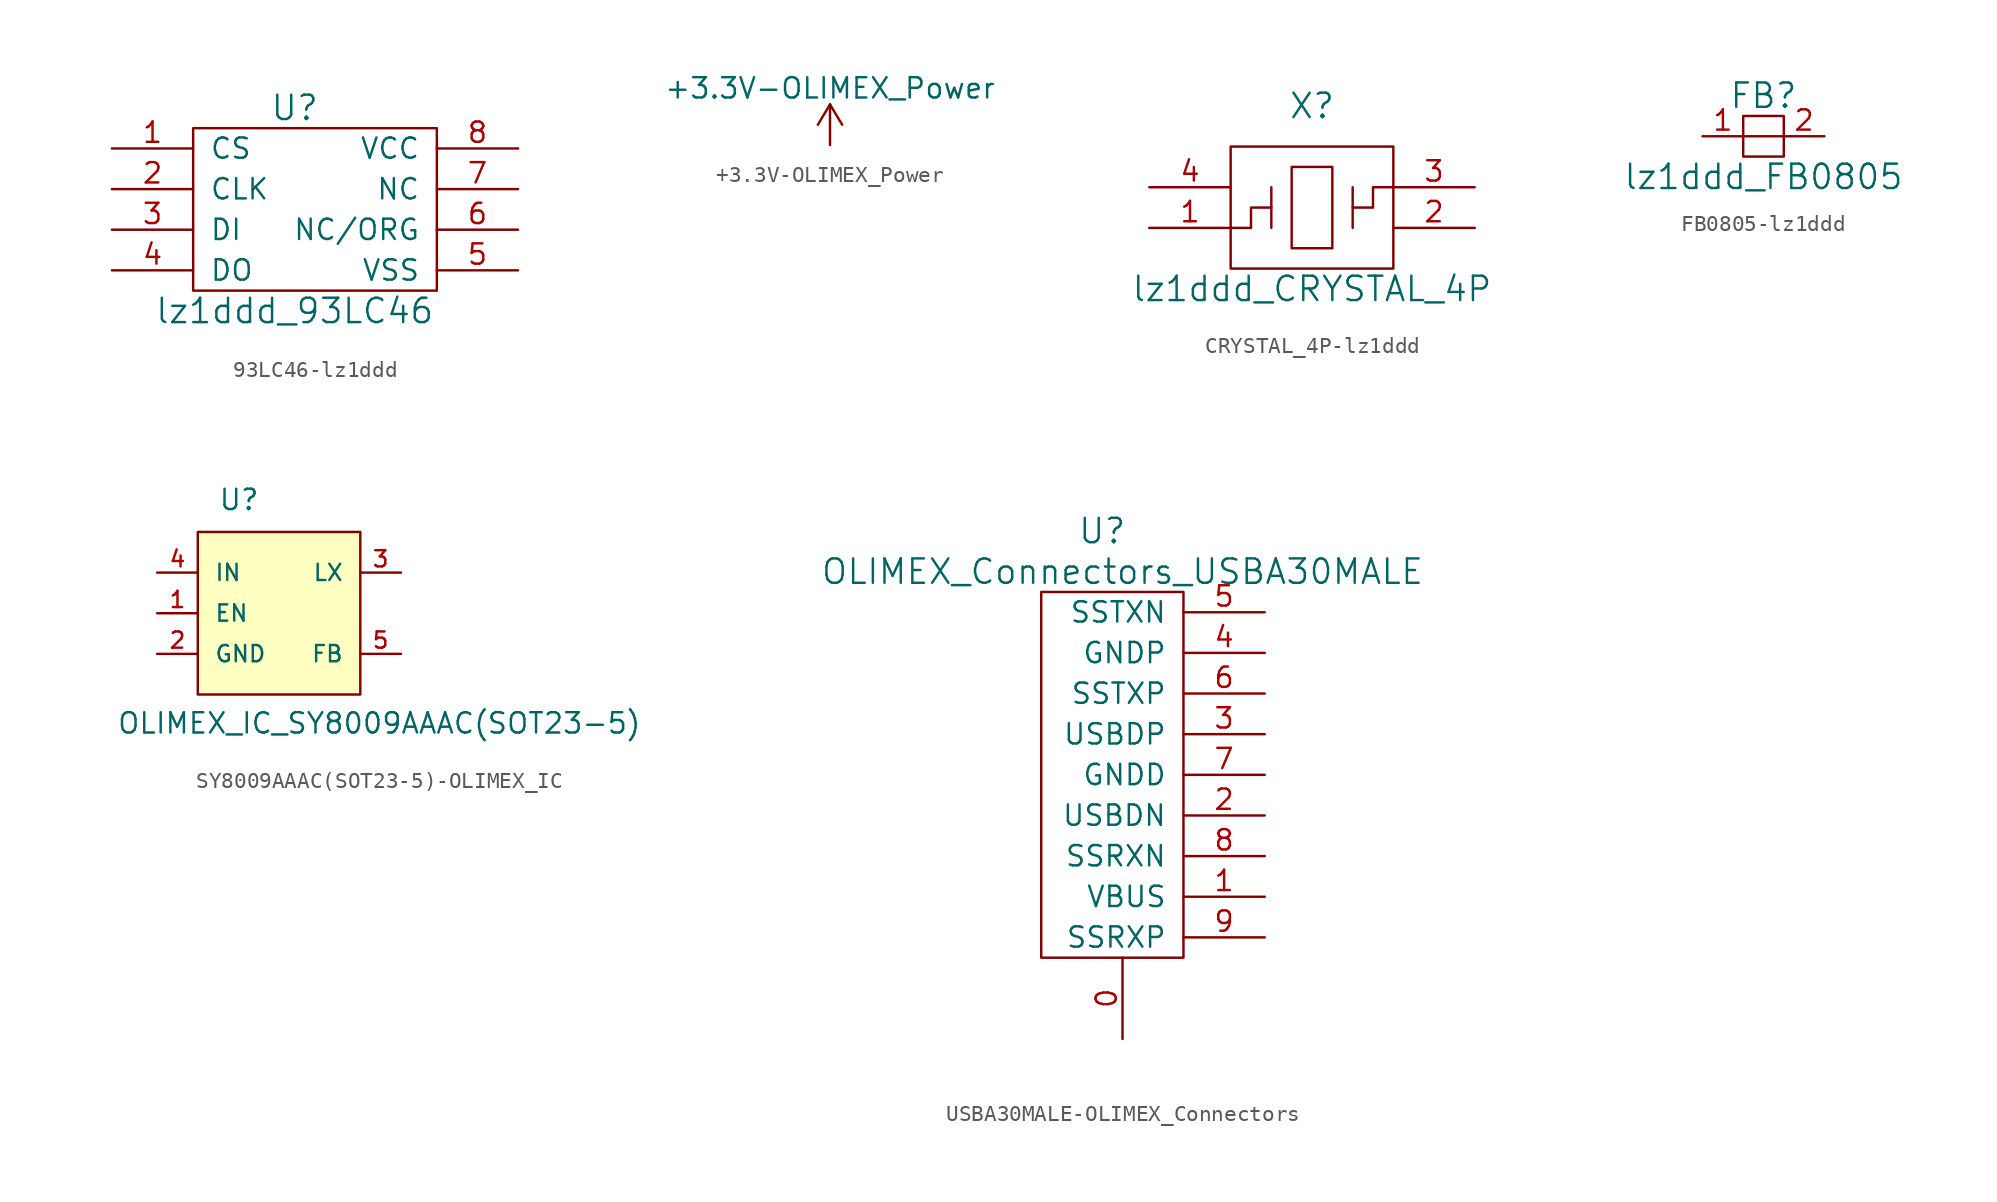
<source format=kicad_sym>
(kicad_symbol_lib
  (version 20220914)
  (generator kicad_symbol_editor)
  (symbol "93LC46-lz1ddd"
    (pin_names
      (offset 1.016))
    (property "Reference" "U"
      (at -1.27 6.35 0)
      (effects (font (size 1.524 1.524))))
    (property "Value" "lz1ddd_93LC46"
      (at -1.27 -6.35 0)
      (effects (font (size 1.524 1.524))))
    (symbol "93LC46-lz1ddd_0_1"
      (rectangle (start -7.62 5.08) (end 7.62 -5.08) (stroke (width 0) (type solid)) (fill (type none))))
    (symbol "93LC46-lz1ddd_1_1"
      (pin input line (at -12.7 3.81 0) (length 5.08) (name "CS" (effects (font (size 1.27 1.27)))) (number "1" (effects (font (size 1.27 1.27)))))
      (pin input line (at -12.7 1.27 0) (length 5.08) (name "CLK" (effects (font (size 1.27 1.27)))) (number "2" (effects (font (size 1.27 1.27)))))
      (pin input line (at -12.7 -1.27 0) (length 5.08) (name "DI" (effects (font (size 1.27 1.27)))) (number "3" (effects (font (size 1.27 1.27)))))
      (pin output line (at -12.7 -3.81 0) (length 5.08) (name "DO" (effects (font (size 1.27 1.27)))) (number "4" (effects (font (size 1.27 1.27)))))
      (pin power_in line (at 12.7 -3.81 180) (length 5.08) (name "VSS" (effects (font (size 1.27 1.27)))) (number "5" (effects (font (size 1.27 1.27)))))
      (pin input line (at 12.7 -1.27 180) (length 5.08) (name "NC/ORG" (effects (font (size 1.27 1.27)))) (number "6" (effects (font (size 1.27 1.27)))))
      (pin input line (at 12.7 1.27 180) (length 5.08) (name "NC" (effects (font (size 1.27 1.27)))) (number "7" (effects (font (size 1.27 1.27)))))
      (pin power_in line (at 12.7 3.81 180) (length 5.08) (name "VCC" (effects (font (size 1.27 1.27)))) (number "8" (effects (font (size 1.27 1.27)))))))
  (symbol "+3.3V-OLIMEX_Power"
    (power)
    (pin_names
      (offset 0))
    (property "Reference" "#PWR"
      (at 0 -3.81 0)
      (effects (font (size 1.27 1.27)) hide))
    (property "Value" "+3.3V-OLIMEX_Power"
      (at 0 3.556 0)
      (effects (font (size 1.27 1.27))))
    (property "Footprint" ""
      (at 0 0 0)
      (effects (font (size 1.524 1.524))))
    (property "Datasheet" ""
      (at 0 0 0)
      (effects (font (size 1.524 1.524))))
    (symbol "+3.3V-OLIMEX_Power_0_1"
      (polyline (pts (xy -0.762 1.27) (xy 0 2.54)) (stroke (width 0) (type solid)) (fill (type none)))
      (polyline (pts (xy 0 0) (xy 0 2.54)) (stroke (width 0) (type solid)) (fill (type none)))
      (polyline (pts (xy 0 2.54) (xy 0.762 1.27)) (stroke (width 0) (type solid)) (fill (type none))))
    (symbol "+3.3V-OLIMEX_Power_1_1"
      (pin power_in line (at 0 0 90) (length 0) hide (name "+3V3" (effects (font (size 1.27 1.27)))) (number "1" (effects (font (size 1.27 1.27)))))))
  (symbol "CRYSTAL_4P-lz1ddd"
    (pin_names
      (offset 1.016))
    (property "Reference" "X"
      (at 0 6.35 0)
      (effects (font (size 1.524 1.524))))
    (property "Value" "lz1ddd_CRYSTAL_4P"
      (at 0 -5.08 0)
      (effects (font (size 1.524 1.524))))
    (symbol "CRYSTAL_4P-lz1ddd_0_1"
      (rectangle (start -5.08 3.81) (end 5.08 -3.81) (stroke (width 0) (type solid)) (fill (type none)))
      (rectangle (start -1.27 2.54) (end 1.27 -2.54) (stroke (width 0) (type solid)) (fill (type none)))
      (polyline (pts (xy -2.54 1.27) (xy -2.54 -1.27)) (stroke (width 0) (type solid)) (fill (type none)))
      (polyline (pts (xy 2.54 1.27) (xy 2.54 -1.27)) (stroke (width 0) (type solid)) (fill (type none)))
      (polyline (pts (xy -2.54 0) (xy -3.81 0) (xy -3.81 -1.27) (xy -5.08 -1.27)) (stroke (width 0) (type solid)) (fill (type none)))
      (polyline (pts (xy 2.54 0) (xy 3.81 0) (xy 3.81 1.27) (xy 5.08 1.27)) (stroke (width 0) (type solid)) (fill (type none))))
    (symbol "CRYSTAL_4P-lz1ddd_1_1"
      (pin input line (at -10.16 -1.27 0) (length 5.08) (name "~" (effects (font (size 1.27 1.27)))) (number "1" (effects (font (size 1.27 1.27)))))
      (pin passive line (at 10.16 -1.27 180) (length 5.08) (name "~" (effects (font (size 1.27 1.27)))) (number "2" (effects (font (size 1.27 1.27)))))
      (pin bidirectional line (at 10.16 1.27 180) (length 5.08) (name "~" (effects (font (size 1.27 1.27)))) (number "3" (effects (font (size 1.27 1.27)))))
      (pin passive line (at -10.16 1.27 0) (length 5.08) (name "~" (effects (font (size 1.27 1.27)))) (number "4" (effects (font (size 1.27 1.27)))))))
  (symbol "FB0805-lz1ddd"
    (pin_names
      (offset 1.016))
    (property "Reference" "FB"
      (at 0 2.54 0)
      (effects (font (size 1.524 1.524))))
    (property "Value" "lz1ddd_FB0805"
      (at 0 -2.54 0)
      (effects (font (size 1.524 1.524))))
    (property "Footprint" ""
      (at 0 0 0)
      (effects (font (size 1.524 1.524))))
    (property "Datasheet" ""
      (at 0 0 0)
      (effects (font (size 1.524 1.524))))
    (symbol "FB0805-lz1ddd_0_1"
      (rectangle (start -1.27 1.27) (end 1.27 -1.27) (stroke (width 0) (type solid)) (fill (type none)))
      (polyline (pts (xy -1.27 0) (xy 1.27 0)) (stroke (width 0) (type solid)) (fill (type none))))
    (symbol "FB0805-lz1ddd_1_1"
      (pin power_in line (at -3.81 0 0) (length 2.54) (name "~" (effects (font (size 1.27 1.27)))) (number "1" (effects (font (size 1.27 1.27)))))
      (pin power_out line (at 3.81 0 180) (length 2.54) (name "~" (effects (font (size 1.27 1.27)))) (number "2" (effects (font (size 1.27 1.27)))))))
  (symbol "SY8009AAAC(SOT23-5)-OLIMEX_IC"
    (pin_names
      (offset 1.016))
    (property "Reference" "U"
      (at -3.81 6.35 0)
      (effects (font (size 1.27 1.27)) (justify left bottom)))
    (property "Value" "OLIMEX_IC_SY8009AAAC(SOT23-5)"
      (at -10.16 -7.62 0)
      (effects (font (size 1.27 1.27)) (justify left bottom)))
    (property "Datasheet" ""
      (at 0 0 0)
      (effects (font (size 1.524 1.524))))
    (property "ki_locked" ""
      (at 0 0 0)
      (effects (font (size 1.27 1.27))))
    (symbol "SY8009AAAC(SOT23-5)-OLIMEX_IC_0_1"
      (rectangle (start -5.08 5.08) (end 5.08 -5.08) (stroke (width 0) (type solid)) (fill (type background))))
    (symbol "SY8009AAAC(SOT23-5)-OLIMEX_IC_1_1"
      (pin input line (at -7.62 0 0) (length 2.54) (name "EN" (effects (font (size 1.016 1.016)))) (number "1" (effects (font (size 1.016 1.016)))))
      (pin power_in line (at -7.62 -2.54 0) (length 2.54) (name "GND" (effects (font (size 1.016 1.016)))) (number "2" (effects (font (size 1.016 1.016)))))
      (pin output line (at 7.62 2.54 180) (length 2.54) (name "LX" (effects (font (size 1.016 1.016)))) (number "3" (effects (font (size 1.016 1.016)))))
      (pin input line (at -7.62 2.54 0) (length 2.54) (name "IN" (effects (font (size 1.016 1.016)))) (number "4" (effects (font (size 1.016 1.016)))))
      (pin input line (at 7.62 -2.54 180) (length 2.54) (name "FB" (effects (font (size 1.016 1.016)))) (number "5" (effects (font (size 1.016 1.016)))))))
  (symbol "USBA30MALE-OLIMEX_Connectors"
    (pin_names
      (offset 1.016))
    (property "Reference" "U"
      (at -1.27 17.78 0)
      (effects (font (size 1.524 1.524))))
    (property "Value" "OLIMEX_Connectors_USBA30MALE"
      (at 0 15.24 0)
      (effects (font (size 1.524 1.524))))
    (symbol "USBA30MALE-OLIMEX_Connectors_0_1"
      (rectangle (start 3.81 13.97) (end -5.08 -8.89) (stroke (width 0) (type solid)) (fill (type none))))
    (symbol "USBA30MALE-OLIMEX_Connectors_1_1"
      (pin bidirectional line (at 0 -13.97 90) (length 5.08) (name "~" (effects (font (size 1.27 1.27)))) (number "0" (effects (font (size 1.27 1.27)))))
      (pin power_out line (at 8.89 -5.08 180) (length 5.08) (name "VBUS" (effects (font (size 1.27 1.27)))) (number "1" (effects (font (size 1.27 1.27)))))
      (pin bidirectional line (at 8.89 0 180) (length 5.08) (name "USBDN" (effects (font (size 1.27 1.27)))) (number "2" (effects (font (size 1.27 1.27)))))
      (pin bidirectional line (at 8.89 5.08 180) (length 5.08) (name "USBDP" (effects (font (size 1.27 1.27)))) (number "3" (effects (font (size 1.27 1.27)))))
      (pin power_in line (at 8.89 10.16 180) (length 5.08) (name "GNDP" (effects (font (size 1.27 1.27)))) (number "4" (effects (font (size 1.27 1.27)))))
      (pin bidirectional line (at 8.89 12.7 180) (length 5.08) (name "SSTXN" (effects (font (size 1.27 1.27)))) (number "5" (effects (font (size 1.27 1.27)))))
      (pin bidirectional line (at 8.89 7.62 180) (length 5.08) (name "SSTXP" (effects (font (size 1.27 1.27)))) (number "6" (effects (font (size 1.27 1.27)))))
      (pin power_in line (at 8.89 2.54 180) (length 5.08) (name "GNDD" (effects (font (size 1.27 1.27)))) (number "7" (effects (font (size 1.27 1.27)))))
      (pin bidirectional line (at 8.89 -2.54 180) (length 5.08) (name "SSRXN" (effects (font (size 1.27 1.27)))) (number "8" (effects (font (size 1.27 1.27)))))
      (pin bidirectional line (at 8.89 -7.62 180) (length 5.08) (name "SSRXP" (effects (font (size 1.27 1.27)))) (number "9" (effects (font (size 1.27 1.27))))))))
</source>
